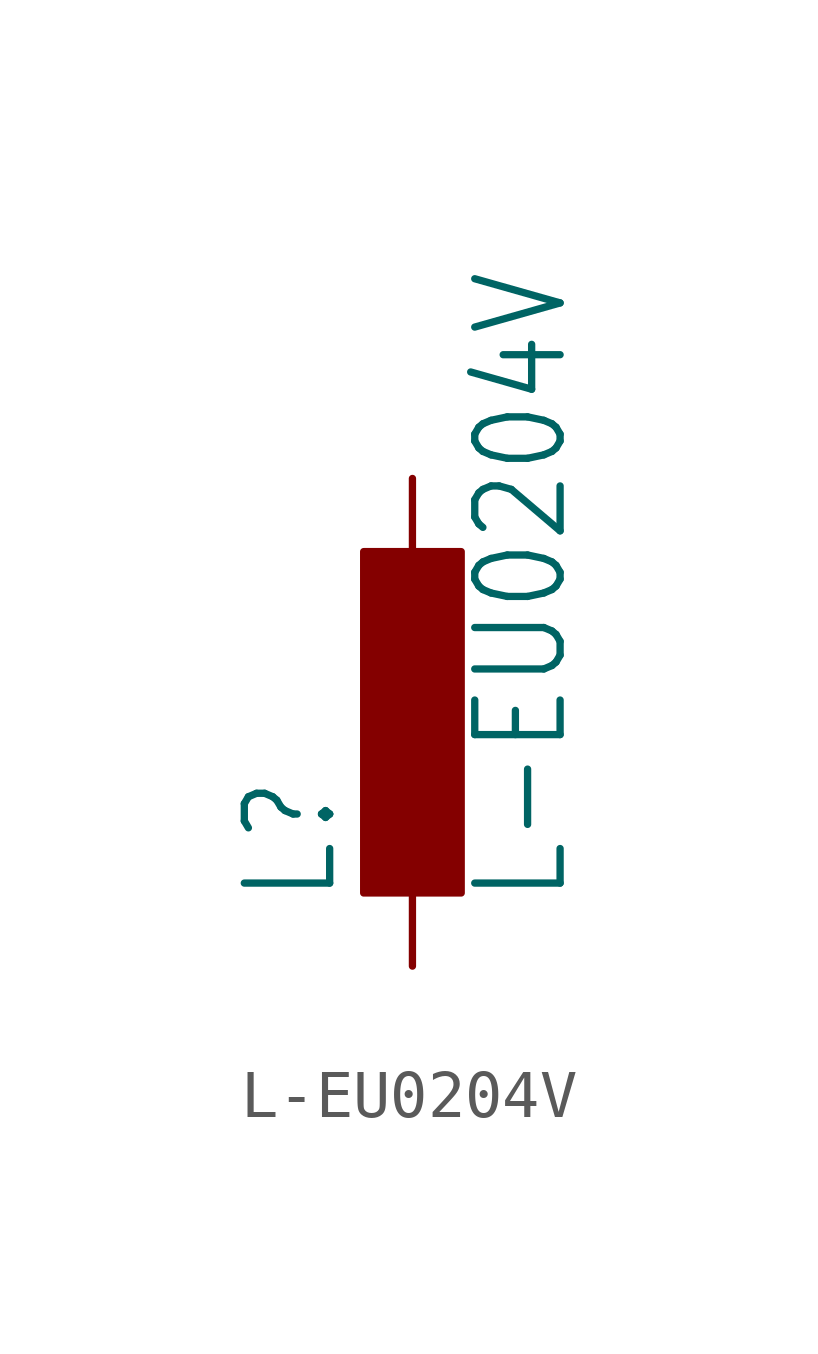
<source format=kicad_sym>
(kicad_symbol_lib
  (version 20211014)
  (generator kicad_symbol_editor)
  (symbol "L-EU0204V"
    (property "Reference" "L"
      (at -1.499 -3.81 90)
      (effects (font (size 1.778 1.511)) (justify left bottom)))
    (property "Value" "L-EU0204V"
      (at 3.302 -3.81 90)
      (effects (font (size 1.778 1.511)) (justify left bottom)))
    (property "ki_locked" ""
      (at 0 0 0)
      (effects (font (size 1.27 1.27))))
    (symbol "L-EU0204V_1_0"
      (rectangle (start -1.016 -3.556) (end 1.016 3.556) (stroke (width 0) (type default) (color 0 0 0 0)) (fill (type outline)))
      (pin passive line (at 0 5.08 270) (length 2.54) (name "1" (effects (font (size 0 0)))) (number "1" (effects (font (size 0 0)))))
      (pin passive line (at 0 -5.08 90) (length 2.54) (name "2" (effects (font (size 0 0)))) (number "2" (effects (font (size 0 0))))))))
</source>
